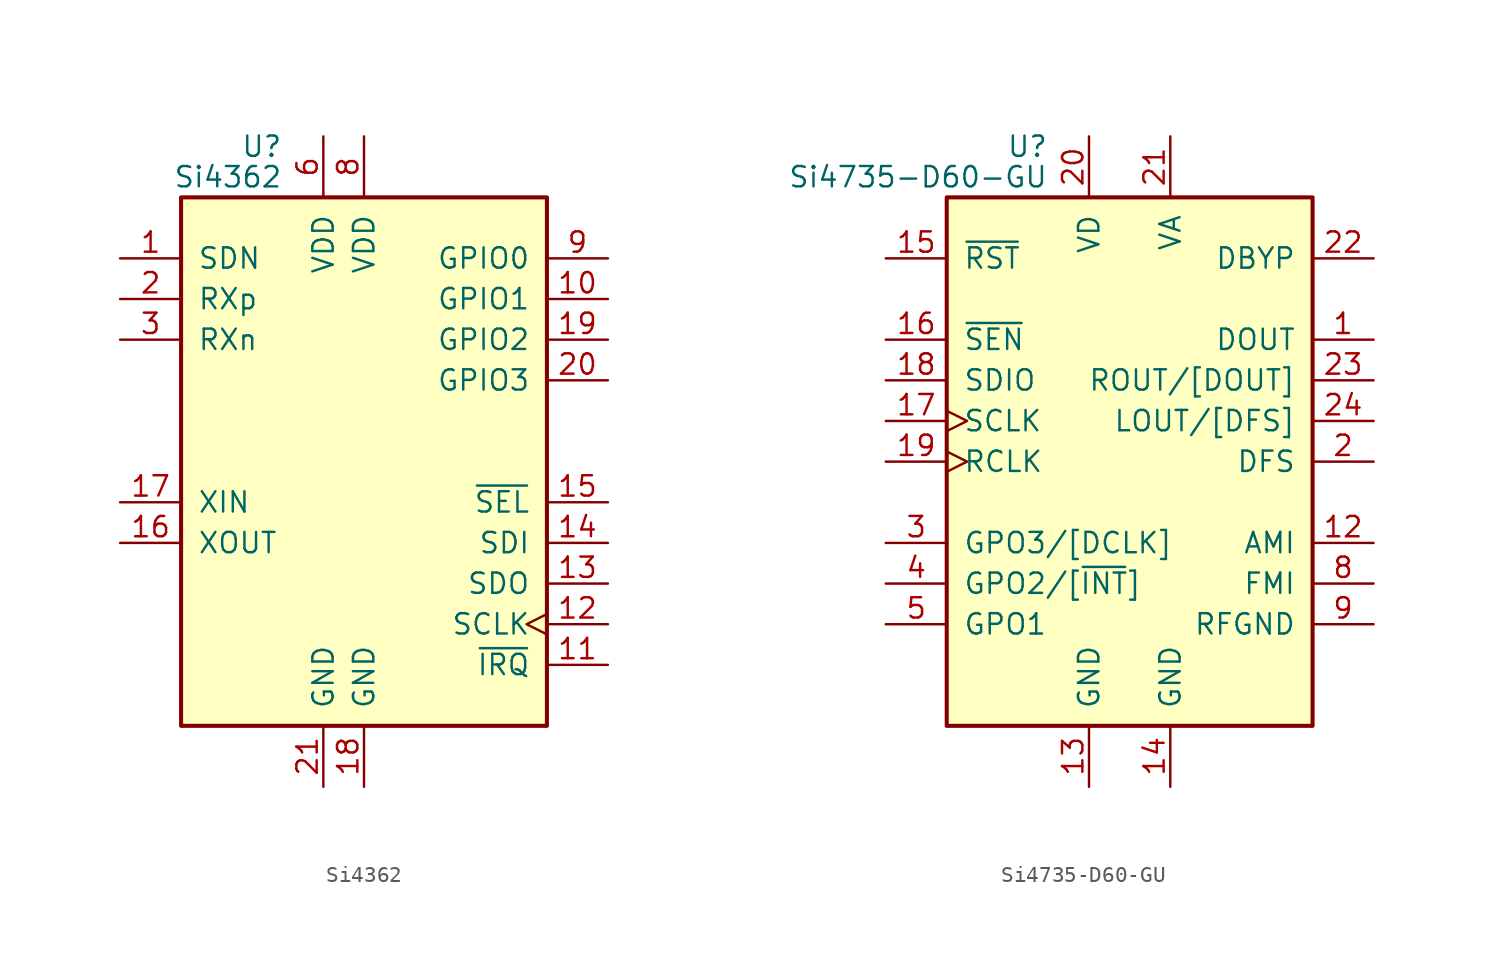
<source format=kicad_sym>
(kicad_symbol_lib
  (version 20211014)
  (generator kicad_symbol_editor)
  (symbol "Si4362"
    (pin_names
      (offset 1.016))
    (property "Reference" "U"
      (at -5.08 19.685 0)
      (effects (font (size 1.27 1.27)) (justify right)))
    (property "Value" "Si4362"
      (at -5.08 17.78 0)
      (effects (font (size 1.27 1.27)) (justify right)))
    (symbol "Si4362_0_1"
      (rectangle (start -11.43 16.51) (end 11.43 -16.51) (stroke (width 0.254) (type default) (color 0 0 0 0)) (fill (type background))))
    (symbol "Si4362_1_1"
      (pin input line (at -15.24 12.7 0) (length 3.81) (name "SDN" (effects (font (size 1.27 1.27)))) (number "1" (effects (font (size 1.27 1.27)))))
      (pin bidirectional line (at 15.24 10.16 180) (length 3.81) (name "GPIO1" (effects (font (size 1.27 1.27)))) (number "10" (effects (font (size 1.27 1.27)))))
      (pin output line (at 15.24 -12.7 180) (length 3.81) (name "~{IRQ}" (effects (font (size 1.27 1.27)))) (number "11" (effects (font (size 1.27 1.27)))))
      (pin input clock (at 15.24 -10.16 180) (length 3.81) (name "SCLK" (effects (font (size 1.27 1.27)))) (number "12" (effects (font (size 1.27 1.27)))))
      (pin output line (at 15.24 -7.62 180) (length 3.81) (name "SDO" (effects (font (size 1.27 1.27)))) (number "13" (effects (font (size 1.27 1.27)))))
      (pin input line (at 15.24 -5.08 180) (length 3.81) (name "SDI" (effects (font (size 1.27 1.27)))) (number "14" (effects (font (size 1.27 1.27)))))
      (pin input line (at 15.24 -2.54 180) (length 3.81) (name "~{SEL}" (effects (font (size 1.27 1.27)))) (number "15" (effects (font (size 1.27 1.27)))))
      (pin output line (at -15.24 -5.08 0) (length 3.81) (name "XOUT" (effects (font (size 1.27 1.27)))) (number "16" (effects (font (size 1.27 1.27)))))
      (pin input line (at -15.24 -2.54 0) (length 3.81) (name "XIN" (effects (font (size 1.27 1.27)))) (number "17" (effects (font (size 1.27 1.27)))))
      (pin power_in line (at 0 -20.32 90) (length 3.81) (name "GND" (effects (font (size 1.27 1.27)))) (number "18" (effects (font (size 1.27 1.27)))))
      (pin bidirectional line (at 15.24 7.62 180) (length 3.81) (name "GPIO2" (effects (font (size 1.27 1.27)))) (number "19" (effects (font (size 1.27 1.27)))))
      (pin input line (at -15.24 10.16 0) (length 3.81) (name "RXp" (effects (font (size 1.27 1.27)))) (number "2" (effects (font (size 1.27 1.27)))))
      (pin bidirectional line (at 15.24 5.08 180) (length 3.81) (name "GPIO3" (effects (font (size 1.27 1.27)))) (number "20" (effects (font (size 1.27 1.27)))))
      (pin power_in line (at -2.54 -20.32 90) (length 3.81) (name "GND" (effects (font (size 1.27 1.27)))) (number "21" (effects (font (size 1.27 1.27)))))
      (pin input line (at -15.24 7.62 0) (length 3.81) (name "RXn" (effects (font (size 1.27 1.27)))) (number "3" (effects (font (size 1.27 1.27)))))
      (pin no_connect line (at 2.54 -16.51 90) (length 3.81) hide (name "NC" (effects (font (size 1.27 1.27)))) (number "4" (effects (font (size 1.27 1.27)))))
      (pin no_connect line (at 5.08 -16.51 90) (length 3.81) hide (name "NC" (effects (font (size 1.27 1.27)))) (number "5" (effects (font (size 1.27 1.27)))))
      (pin power_in line (at -2.54 20.32 270) (length 3.81) (name "VDD" (effects (font (size 1.27 1.27)))) (number "6" (effects (font (size 1.27 1.27)))))
      (pin no_connect line (at 7.62 -16.51 90) (length 3.81) hide (name "NC" (effects (font (size 1.27 1.27)))) (number "7" (effects (font (size 1.27 1.27)))))
      (pin power_in line (at 0 20.32 270) (length 3.81) (name "VDD" (effects (font (size 1.27 1.27)))) (number "8" (effects (font (size 1.27 1.27)))))
      (pin bidirectional line (at 15.24 12.7 180) (length 3.81) (name "GPIO0" (effects (font (size 1.27 1.27)))) (number "9" (effects (font (size 1.27 1.27)))))))
  (symbol "Si4735-D60-GU"
    (pin_names
      (offset 1.016))
    (property "Reference" "U"
      (at -5.08 19.685 0)
      (effects (font (size 1.27 1.27)) (justify right)))
    (property "Value" "Si4735-D60-GU"
      (at -5.08 17.78 0)
      (effects (font (size 1.27 1.27)) (justify right)))
    (symbol "Si4735-D60-GU_0_1"
      (rectangle (start 11.43 16.51) (end -11.43 -16.51) (stroke (width 0.254) (type default) (color 0 0 0 0)) (fill (type background))))
    (symbol "Si4735-D60-GU_1_1"
      (pin output line (at 15.24 7.62 180) (length 3.81) (name "DOUT" (effects (font (size 1.27 1.27)))) (number "1" (effects (font (size 1.27 1.27)))))
      (pin no_connect line (at -5.08 -16.51 90) (length 3.81) hide (name "NC" (effects (font (size 1.27 1.27)))) (number "10" (effects (font (size 1.27 1.27)))))
      (pin no_connect line (at 5.08 -16.51 90) (length 3.81) hide (name "NC" (effects (font (size 1.27 1.27)))) (number "11" (effects (font (size 1.27 1.27)))))
      (pin input line (at 15.24 -5.08 180) (length 3.81) (name "AMI" (effects (font (size 1.27 1.27)))) (number "12" (effects (font (size 1.27 1.27)))))
      (pin power_in line (at -2.54 -20.32 90) (length 3.81) (name "GND" (effects (font (size 1.27 1.27)))) (number "13" (effects (font (size 1.27 1.27)))))
      (pin power_in line (at 2.54 -20.32 90) (length 3.81) (name "GND" (effects (font (size 1.27 1.27)))) (number "14" (effects (font (size 1.27 1.27)))))
      (pin input line (at -15.24 12.7 0) (length 3.81) (name "~{RST}" (effects (font (size 1.27 1.27)))) (number "15" (effects (font (size 1.27 1.27)))))
      (pin input line (at -15.24 7.62 0) (length 3.81) (name "~{SEN}" (effects (font (size 1.27 1.27)))) (number "16" (effects (font (size 1.27 1.27)))))
      (pin input clock (at -15.24 2.54 0) (length 3.81) (name "SCLK" (effects (font (size 1.27 1.27)))) (number "17" (effects (font (size 1.27 1.27)))))
      (pin bidirectional line (at -15.24 5.08 0) (length 3.81) (name "SDIO" (effects (font (size 1.27 1.27)))) (number "18" (effects (font (size 1.27 1.27)))))
      (pin input clock (at -15.24 0 0) (length 3.81) (name "RCLK" (effects (font (size 1.27 1.27)))) (number "19" (effects (font (size 1.27 1.27)))))
      (pin input line (at 15.24 0 180) (length 3.81) (name "DFS" (effects (font (size 1.27 1.27)))) (number "2" (effects (font (size 1.27 1.27)))))
      (pin power_in line (at -2.54 20.32 270) (length 3.81) (name "VD" (effects (font (size 1.27 1.27)))) (number "20" (effects (font (size 1.27 1.27)))))
      (pin power_in line (at 2.54 20.32 270) (length 3.81) (name "VA" (effects (font (size 1.27 1.27)))) (number "21" (effects (font (size 1.27 1.27)))))
      (pin passive line (at 15.24 12.7 180) (length 3.81) (name "DBYP" (effects (font (size 1.27 1.27)))) (number "22" (effects (font (size 1.27 1.27)))))
      (pin output line (at 15.24 5.08 180) (length 3.81) (name "ROUT/[DOUT]" (effects (font (size 1.27 1.27)))) (number "23" (effects (font (size 1.27 1.27)))))
      (pin bidirectional line (at 15.24 2.54 180) (length 3.81) (name "LOUT/[DFS]" (effects (font (size 1.27 1.27)))) (number "24" (effects (font (size 1.27 1.27)))))
      (pin bidirectional line (at -15.24 -5.08 0) (length 3.81) (name "GPO3/[DCLK]" (effects (font (size 1.27 1.27)))) (number "3" (effects (font (size 1.27 1.27)))))
      (pin output line (at -15.24 -7.62 0) (length 3.81) (name "GPO2/[~{INT}]" (effects (font (size 1.27 1.27)))) (number "4" (effects (font (size 1.27 1.27)))))
      (pin output line (at -15.24 -10.16 0) (length 3.81) (name "GPO1" (effects (font (size 1.27 1.27)))) (number "5" (effects (font (size 1.27 1.27)))))
      (pin no_connect line (at -11.43 -12.7 0) (length 3.81) hide (name "NC" (effects (font (size 1.27 1.27)))) (number "6" (effects (font (size 1.27 1.27)))))
      (pin no_connect line (at 11.43 -12.7 180) (length 3.81) hide (name "NC" (effects (font (size 1.27 1.27)))) (number "7" (effects (font (size 1.27 1.27)))))
      (pin input line (at 15.24 -7.62 180) (length 3.81) (name "FMI" (effects (font (size 1.27 1.27)))) (number "8" (effects (font (size 1.27 1.27)))))
      (pin power_in line (at 15.24 -10.16 180) (length 3.81) (name "RFGND" (effects (font (size 1.27 1.27)))) (number "9" (effects (font (size 1.27 1.27))))))))
</source>
